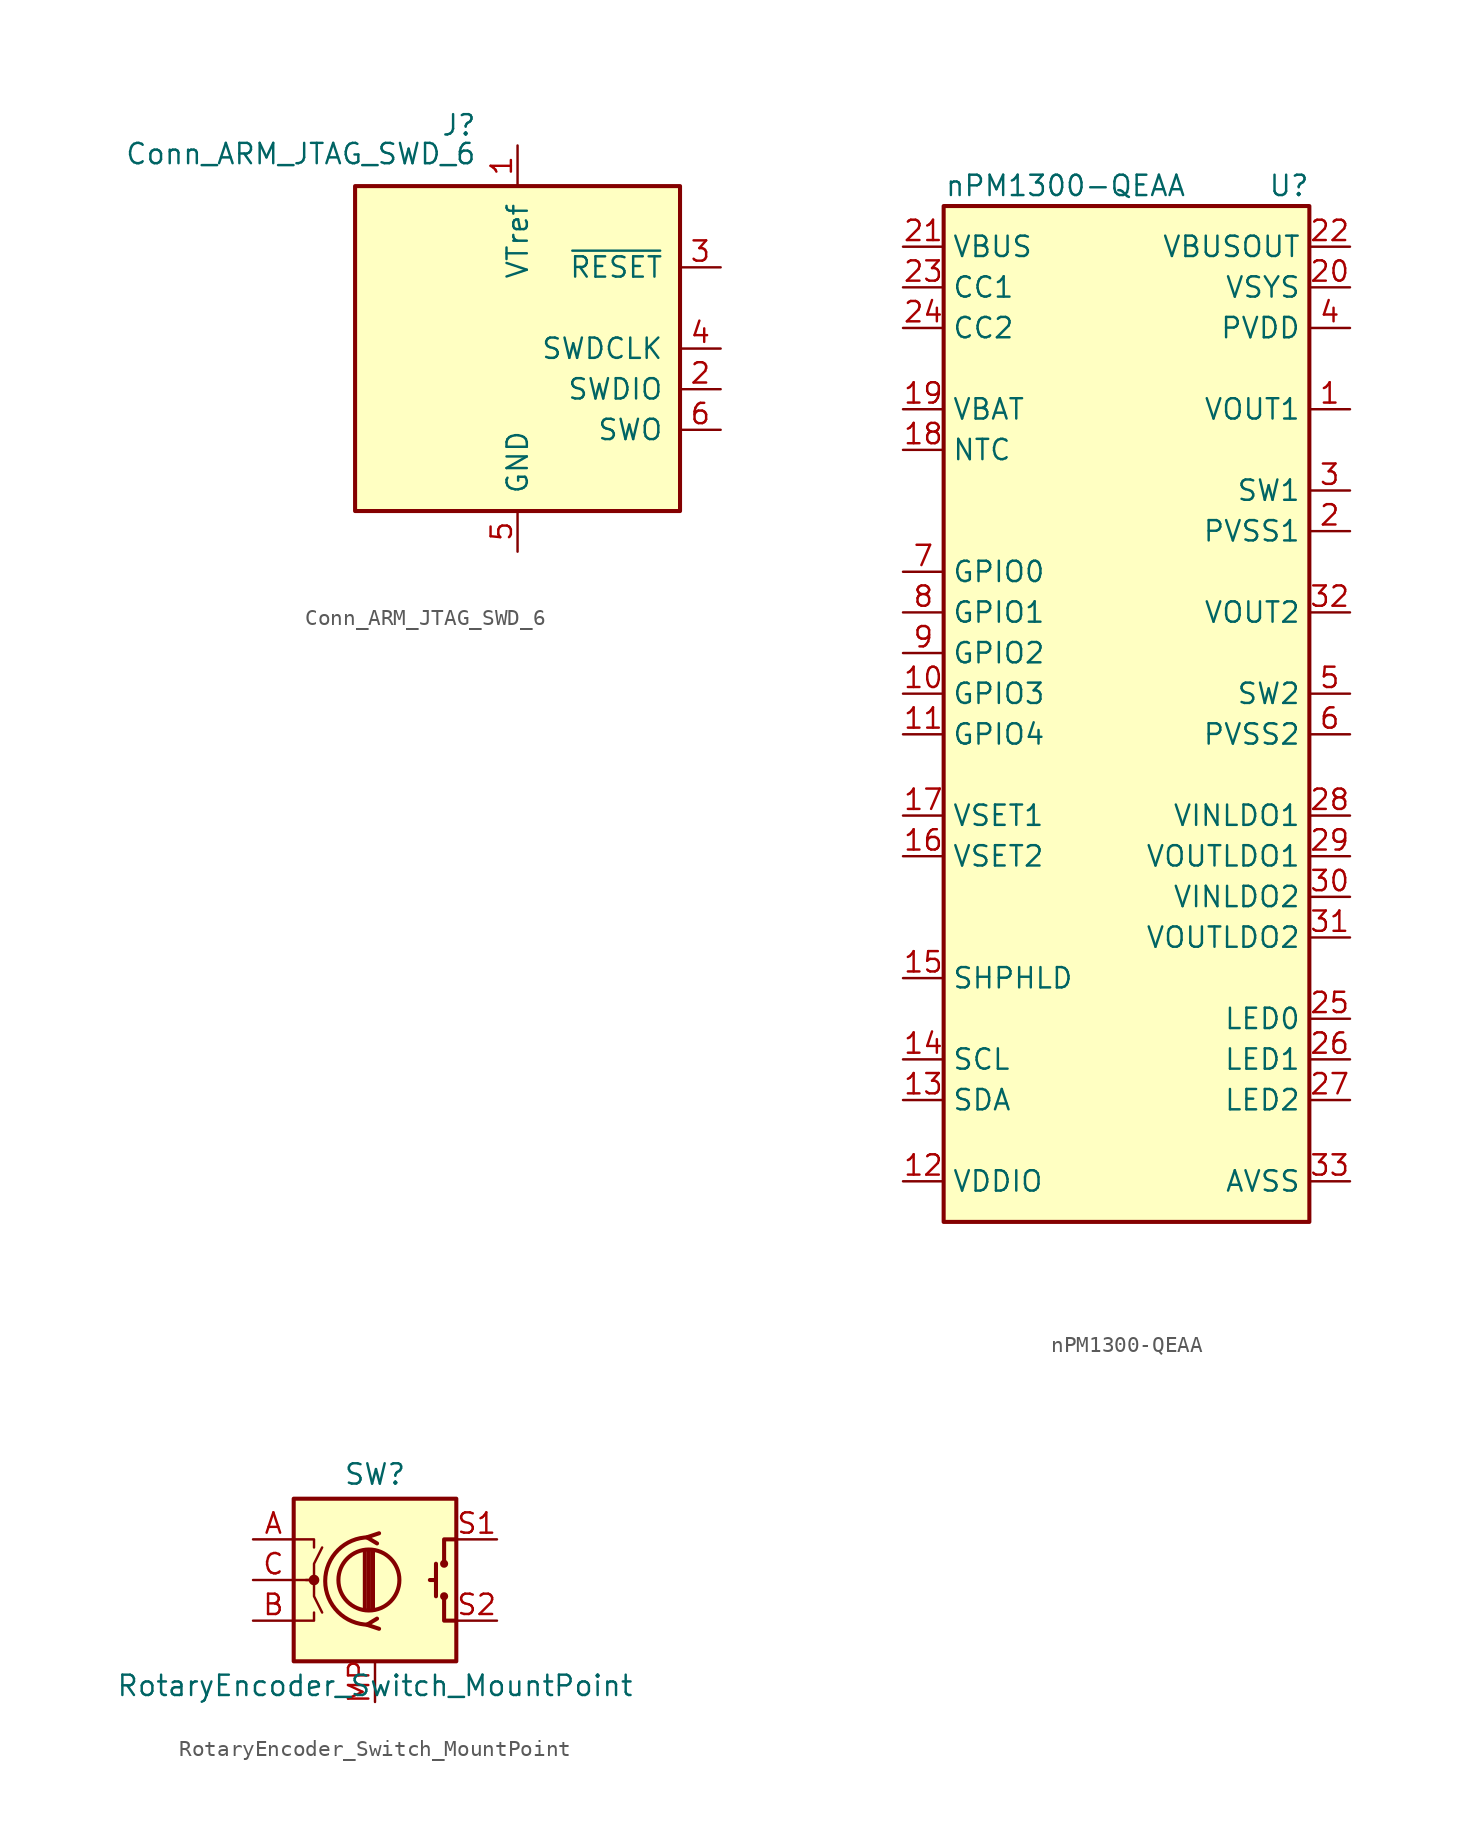
<source format=kicad_sym>
(kicad_symbol_lib
  (version 20231120)
  (generator "kicad_symbol_editor")
  (generator_version "8.0")
  (symbol "Conn_ARM_JTAG_SWD_6"
    (pin_names
      (offset 1.016))
    (property "Reference" "J"
      (at -2.54 13.97 0)
      (effects (font (size 1.27 1.27)) (justify right)))
    (property "Value" "Conn_ARM_JTAG_SWD_6"
      (at -2.54 11.43 0)
      (effects (font (size 1.27 1.27)) (justify right bottom)))
    (symbol "Conn_ARM_JTAG_SWD_6_0_1"
      (rectangle (start -10.16 10.16) (end 10.16 -10.16) (stroke (width 0.254) (type default)) (fill (type background))))
    (symbol "Conn_ARM_JTAG_SWD_6_1_1"
      (pin power_in line (at 0 12.7 270) (length 2.54) (name "VTref" (effects (font (size 1.27 1.27)))) (number "1" (effects (font (size 1.27 1.27)))))
      (pin bidirectional line (at 12.7 -2.54 180) (length 2.54) (name "SWDIO" (effects (font (size 1.27 1.27)))) (number "2" (effects (font (size 1.27 1.27)))))
      (pin open_collector line (at 12.7 5.08 180) (length 2.54) (name "~{RESET}" (effects (font (size 1.27 1.27)))) (number "3" (effects (font (size 1.27 1.27)))))
      (pin output line (at 12.7 0 180) (length 2.54) (name "SWDCLK" (effects (font (size 1.27 1.27)))) (number "4" (effects (font (size 1.27 1.27)))))
      (pin power_in line (at 0 -12.7 90) (length 2.54) (name "GND" (effects (font (size 1.27 1.27)))) (number "5" (effects (font (size 1.27 1.27)))))
      (pin input line (at 12.7 -5.08 180) (length 2.54) (name "SWO" (effects (font (size 1.27 1.27)))) (number "6" (effects (font (size 1.27 1.27)))))))
  (symbol "nPM1300-QEAA"
    (property "Reference" "U"
      (at 10.16 33.02 0)
      (effects (font (size 1.27 1.27))))
    (property "Value" "nPM1300-QEAA"
      (at -3.81 33.02 0)
      (effects (font (size 1.27 1.27))))
    (symbol "nPM1300-QEAA_0_1"
      (rectangle (start -11.43 31.75) (end 11.43 -31.75) (stroke (width 0.254) (type default)) (fill (type background))))
    (symbol "nPM1300-QEAA_1_1"
      (pin power_out line (at 13.97 19.05 180) (length 2.54) (name "VOUT1" (effects (font (size 1.27 1.27)))) (number "1" (effects (font (size 1.27 1.27)))))
      (pin bidirectional line (at -13.97 1.27 0) (length 2.54) (name "GPIO3" (effects (font (size 1.27 1.27)))) (number "10" (effects (font (size 1.27 1.27)))))
      (pin bidirectional line (at -13.97 -1.27 0) (length 2.54) (name "GPIO4" (effects (font (size 1.27 1.27)))) (number "11" (effects (font (size 1.27 1.27)))))
      (pin power_in line (at -13.97 -29.21 0) (length 2.54) (name "VDDIO" (effects (font (size 1.27 1.27)))) (number "12" (effects (font (size 1.27 1.27)))))
      (pin bidirectional line (at -13.97 -24.13 0) (length 2.54) (name "SDA" (effects (font (size 1.27 1.27)))) (number "13" (effects (font (size 1.27 1.27)))))
      (pin input line (at -13.97 -21.59 0) (length 2.54) (name "SCL" (effects (font (size 1.27 1.27)))) (number "14" (effects (font (size 1.27 1.27)))))
      (pin input line (at -13.97 -16.51 0) (length 2.54) (name "SHPHLD" (effects (font (size 1.27 1.27)))) (number "15" (effects (font (size 1.27 1.27)))))
      (pin input line (at -13.97 -8.89 0) (length 2.54) (name "VSET2" (effects (font (size 1.27 1.27)))) (number "16" (effects (font (size 1.27 1.27)))))
      (pin input line (at -13.97 -6.35 0) (length 2.54) (name "VSET1" (effects (font (size 1.27 1.27)))) (number "17" (effects (font (size 1.27 1.27)))))
      (pin input line (at -13.97 16.51 0) (length 2.54) (name "NTC" (effects (font (size 1.27 1.27)))) (number "18" (effects (font (size 1.27 1.27)))))
      (pin power_in line (at -13.97 19.05 0) (length 2.54) (name "VBAT" (effects (font (size 1.27 1.27)))) (number "19" (effects (font (size 1.27 1.27)))))
      (pin power_in line (at 13.97 11.43 180) (length 2.54) (name "PVSS1" (effects (font (size 1.27 1.27)))) (number "2" (effects (font (size 1.27 1.27)))))
      (pin power_out line (at 13.97 26.67 180) (length 2.54) (name "VSYS" (effects (font (size 1.27 1.27)))) (number "20" (effects (font (size 1.27 1.27)))))
      (pin power_in line (at -13.97 29.21 0) (length 2.54) (name "VBUS" (effects (font (size 1.27 1.27)))) (number "21" (effects (font (size 1.27 1.27)))))
      (pin power_out line (at 13.97 29.21 180) (length 2.54) (name "VBUSOUT" (effects (font (size 1.27 1.27)))) (number "22" (effects (font (size 1.27 1.27)))))
      (pin bidirectional line (at -13.97 26.67 0) (length 2.54) (name "CC1" (effects (font (size 1.27 1.27)))) (number "23" (effects (font (size 1.27 1.27)))))
      (pin bidirectional line (at -13.97 24.13 0) (length 2.54) (name "CC2" (effects (font (size 1.27 1.27)))) (number "24" (effects (font (size 1.27 1.27)))))
      (pin output line (at 13.97 -19.05 180) (length 2.54) (name "LED0" (effects (font (size 1.27 1.27)))) (number "25" (effects (font (size 1.27 1.27)))))
      (pin output line (at 13.97 -21.59 180) (length 2.54) (name "LED1" (effects (font (size 1.27 1.27)))) (number "26" (effects (font (size 1.27 1.27)))))
      (pin output line (at 13.97 -24.13 180) (length 2.54) (name "LED2" (effects (font (size 1.27 1.27)))) (number "27" (effects (font (size 1.27 1.27)))))
      (pin power_in line (at 13.97 -6.35 180) (length 2.54) (name "VINLDO1" (effects (font (size 1.27 1.27)))) (number "28" (effects (font (size 1.27 1.27)))))
      (pin power_out line (at 13.97 -8.89 180) (length 2.54) (name "VOUTLDO1" (effects (font (size 1.27 1.27)))) (number "29" (effects (font (size 1.27 1.27)))))
      (pin power_out line (at 13.97 13.97 180) (length 2.54) (name "SW1" (effects (font (size 1.27 1.27)))) (number "3" (effects (font (size 1.27 1.27)))))
      (pin power_in line (at 13.97 -11.43 180) (length 2.54) (name "VINLDO2" (effects (font (size 1.27 1.27)))) (number "30" (effects (font (size 1.27 1.27)))))
      (pin power_out line (at 13.97 -13.97 180) (length 2.54) (name "VOUTLDO2" (effects (font (size 1.27 1.27)))) (number "31" (effects (font (size 1.27 1.27)))))
      (pin power_out line (at 13.97 6.35 180) (length 2.54) (name "VOUT2" (effects (font (size 1.27 1.27)))) (number "32" (effects (font (size 1.27 1.27)))))
      (pin power_in line (at 13.97 -29.21 180) (length 2.54) (name "AVSS" (effects (font (size 1.27 1.27)))) (number "33" (effects (font (size 1.27 1.27)))))
      (pin power_in line (at 13.97 24.13 180) (length 2.54) (name "PVDD" (effects (font (size 1.27 1.27)))) (number "4" (effects (font (size 1.27 1.27)))))
      (pin power_out line (at 13.97 1.27 180) (length 2.54) (name "SW2" (effects (font (size 1.27 1.27)))) (number "5" (effects (font (size 1.27 1.27)))))
      (pin power_in line (at 13.97 -1.27 180) (length 2.54) (name "PVSS2" (effects (font (size 1.27 1.27)))) (number "6" (effects (font (size 1.27 1.27)))))
      (pin bidirectional line (at -13.97 8.89 0) (length 2.54) (name "GPIO0" (effects (font (size 1.27 1.27)))) (number "7" (effects (font (size 1.27 1.27)))))
      (pin bidirectional line (at -13.97 6.35 0) (length 2.54) (name "GPIO1" (effects (font (size 1.27 1.27)))) (number "8" (effects (font (size 1.27 1.27)))))
      (pin bidirectional line (at -13.97 3.81 0) (length 2.54) (name "GPIO2" (effects (font (size 1.27 1.27)))) (number "9" (effects (font (size 1.27 1.27)))))))
  (symbol "RotaryEncoder_Switch_MountPoint"
    (pin_names
      (offset 0.254) hide)
    (property "Reference" "SW"
      (at 0 6.604 0)
      (effects (font (size 1.27 1.27))))
    (property "Value" "RotaryEncoder_Switch_MountPoint"
      (at 0 -6.604 0)
      (effects (font (size 1.27 1.27))))
    (symbol "RotaryEncoder_Switch_MountPoint_0_1"
      (rectangle (start -5.08 5.08) (end 5.08 -5.08) (stroke (width 0.254) (type default)) (fill (type background)))
      (circle (center -3.81 0) (radius 0.254) (stroke (width 0) (type default)) (fill (type outline)))
      (circle (center -0.381 0) (radius 1.905) (stroke (width 0.254) (type default)) (fill (type none)))
      (arc (start -0.381 2.667) (mid -3.0988 -0.0635) (end -0.381 -2.794) (stroke (width 0.254) (type default)) (fill (type none)))
      (polyline (pts (xy -0.635 -1.778) (xy -0.635 1.778)) (stroke (width 0.254) (type default)) (fill (type none)))
      (polyline (pts (xy -0.381 -1.778) (xy -0.381 1.778)) (stroke (width 0.254) (type default)) (fill (type none)))
      (polyline (pts (xy -0.127 1.778) (xy -0.127 -1.778)) (stroke (width 0.254) (type default)) (fill (type none)))
      (polyline (pts (xy 3.81 0) (xy 3.429 0)) (stroke (width 0.254) (type default)) (fill (type none)))
      (polyline (pts (xy 3.81 1.016) (xy 3.81 -1.016)) (stroke (width 0.254) (type default)) (fill (type none)))
      (polyline (pts (xy -5.08 -2.54) (xy -3.81 -2.54) (xy -3.81 -2.032)) (stroke (width 0) (type default)) (fill (type none)))
      (polyline (pts (xy -5.08 2.54) (xy -3.81 2.54) (xy -3.81 2.032)) (stroke (width 0) (type default)) (fill (type none)))
      (polyline (pts (xy 0.254 -3.048) (xy -0.508 -2.794) (xy 0.127 -2.413)) (stroke (width 0.254) (type default)) (fill (type none)))
      (polyline (pts (xy 0.254 2.921) (xy -0.508 2.667) (xy 0.127 2.286)) (stroke (width 0.254) (type default)) (fill (type none)))
      (polyline (pts (xy 5.08 -2.54) (xy 4.318 -2.54) (xy 4.318 -1.016)) (stroke (width 0.254) (type default)) (fill (type none)))
      (polyline (pts (xy 5.08 2.54) (xy 4.318 2.54) (xy 4.318 1.016)) (stroke (width 0.254) (type default)) (fill (type none)))
      (polyline (pts (xy -5.08 0) (xy -3.81 0) (xy -3.81 -1.016) (xy -3.302 -2.032)) (stroke (width 0) (type default)) (fill (type none)))
      (polyline (pts (xy -4.318 0) (xy -3.81 0) (xy -3.81 1.016) (xy -3.302 2.032)) (stroke (width 0) (type default)) (fill (type none)))
      (circle (center 4.318 -1.016) (radius 0.127) (stroke (width 0.254) (type default)) (fill (type none)))
      (circle (center 4.318 1.016) (radius 0.127) (stroke (width 0.254) (type default)) (fill (type none))))
    (symbol "RotaryEncoder_Switch_MountPoint_1_1"
      (pin passive line (at -7.62 2.54 0) (length 2.54) (name "A" (effects (font (size 1.27 1.27)))) (number "A" (effects (font (size 1.27 1.27)))))
      (pin passive line (at -7.62 -2.54 0) (length 2.54) (name "B" (effects (font (size 1.27 1.27)))) (number "B" (effects (font (size 1.27 1.27)))))
      (pin passive line (at -7.62 0 0) (length 2.54) (name "C" (effects (font (size 1.27 1.27)))) (number "C" (effects (font (size 1.27 1.27)))))
      (pin passive line (at 0 -7.62 90) (length 2.54) (name "MP" (effects (font (size 1.27 1.27)))) (number "MP" (effects (font (size 1.27 1.27)))))
      (pin passive line (at 7.62 2.54 180) (length 2.54) (name "S1" (effects (font (size 1.27 1.27)))) (number "S1" (effects (font (size 1.27 1.27)))))
      (pin passive line (at 7.62 -2.54 180) (length 2.54) (name "S2" (effects (font (size 1.27 1.27)))) (number "S2" (effects (font (size 1.27 1.27))))))))
</source>
